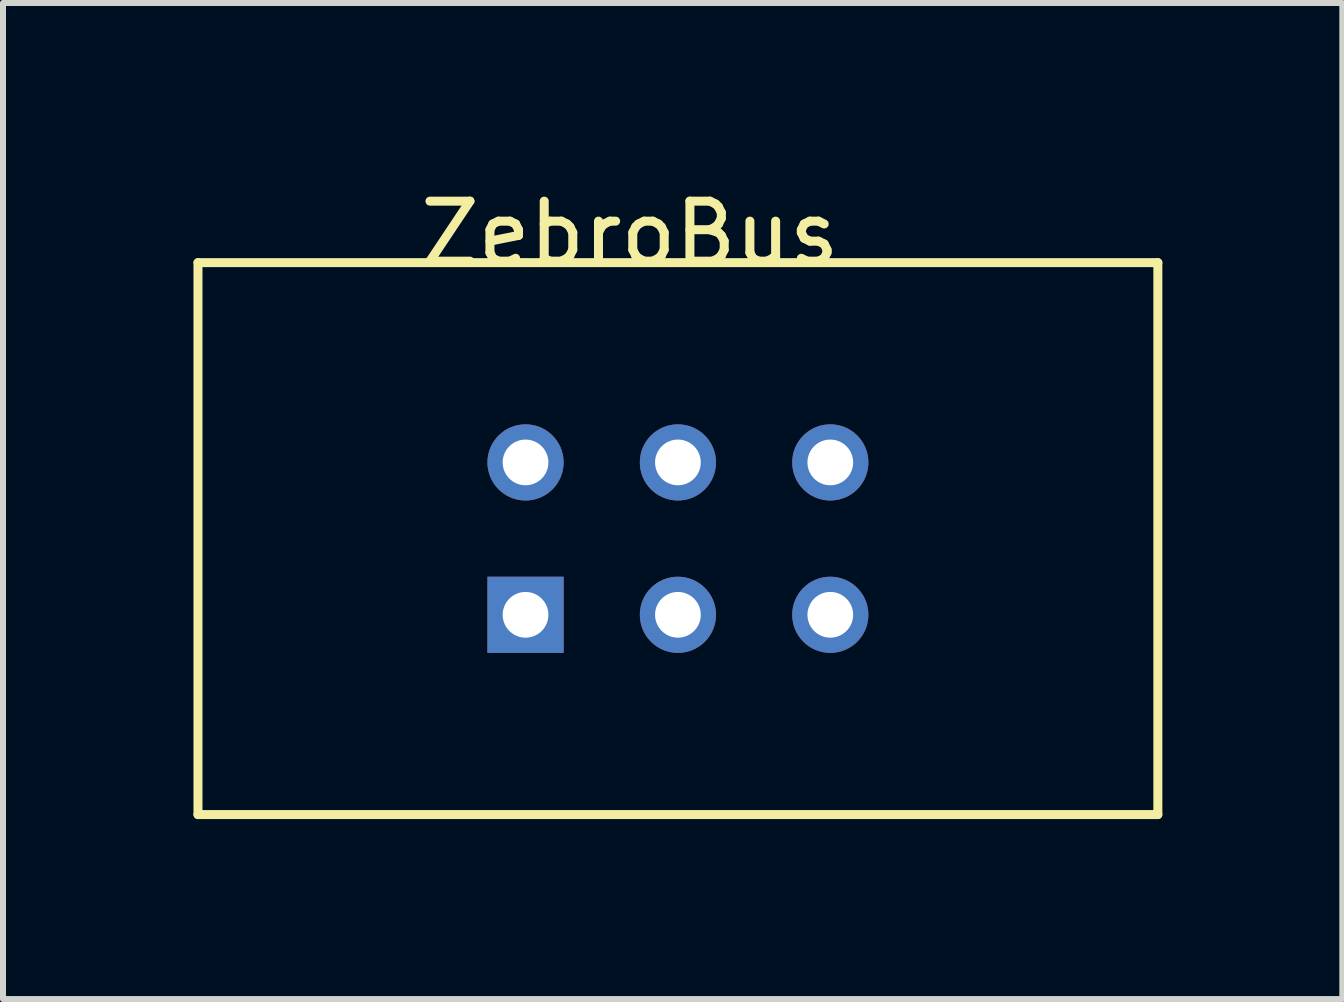
<source format=kicad_pcb>
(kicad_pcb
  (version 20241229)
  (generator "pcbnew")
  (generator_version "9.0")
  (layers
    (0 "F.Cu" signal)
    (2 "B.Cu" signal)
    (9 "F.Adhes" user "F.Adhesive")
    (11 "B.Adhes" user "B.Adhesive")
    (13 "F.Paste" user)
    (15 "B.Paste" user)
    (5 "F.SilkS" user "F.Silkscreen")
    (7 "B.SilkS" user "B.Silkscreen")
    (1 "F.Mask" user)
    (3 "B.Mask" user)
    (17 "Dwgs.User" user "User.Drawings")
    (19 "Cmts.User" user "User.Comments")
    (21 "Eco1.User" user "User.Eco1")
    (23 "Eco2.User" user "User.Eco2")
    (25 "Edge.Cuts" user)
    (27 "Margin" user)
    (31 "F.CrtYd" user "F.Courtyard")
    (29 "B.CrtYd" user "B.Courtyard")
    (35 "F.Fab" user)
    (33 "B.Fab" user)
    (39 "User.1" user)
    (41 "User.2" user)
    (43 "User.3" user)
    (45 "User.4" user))
  (footprint "ZebroBus"
    (layer "F.Cu")
    (at 0.25 1.328)
    (property "Reference" "ZebroBus" (at 7.2 -0.48 0) (layer "F.SilkS") (effects (font (size 1 1) (thickness 0.15))))
    (attr through_hole)
    (fp_line (start 0 0) (end 16 0) (stroke (width 0.15) (type solid)) (layer "F.SilkS"))
    (fp_line (start 0 9.2) (end 0 0) (stroke (width 0.15) (type solid)) (layer "F.SilkS"))
    (fp_line (start 16 0) (end 16 9.2) (stroke (width 0.15) (type solid)) (layer "F.SilkS"))
    (fp_line (start 16 9.2) (end 0 9.2) (stroke (width 0.15) (type solid)) (layer "F.SilkS"))
    (pad "1" thru_hole rect (at 5.46 5.87) (size 1.27 1.27) (drill 0.762) (layers "*.Cu" "*.Mask"))
    (pad "2" thru_hole circle (at 5.46 3.33) (size 1.27 1.27) (drill 0.762) (layers "*.Cu" "*.Mask"))
    (pad "3" thru_hole circle (at 8 5.87) (size 1.27 1.27) (drill 0.762) (layers "*.Cu" "*.Mask"))
    (pad "4" thru_hole circle (at 8 3.33) (size 1.27 1.27) (drill 0.762) (layers "*.Cu" "*.Mask"))
    (pad "5" thru_hole circle (at 10.54 5.87) (size 1.27 1.27) (drill 0.762) (layers "*.Cu" "*.Mask"))
    (pad "6" thru_hole circle (at 10.54 3.33) (size 1.27 1.27) (drill 0.762) (layers "*.Cu" "*.Mask")))
  (gr_rect
    (start -3 -3)
    (end 19.325 13.603)
    (stroke (width 0.1) (type default))
    (fill no)
    (layer "Edge.Cuts")))
</source>
